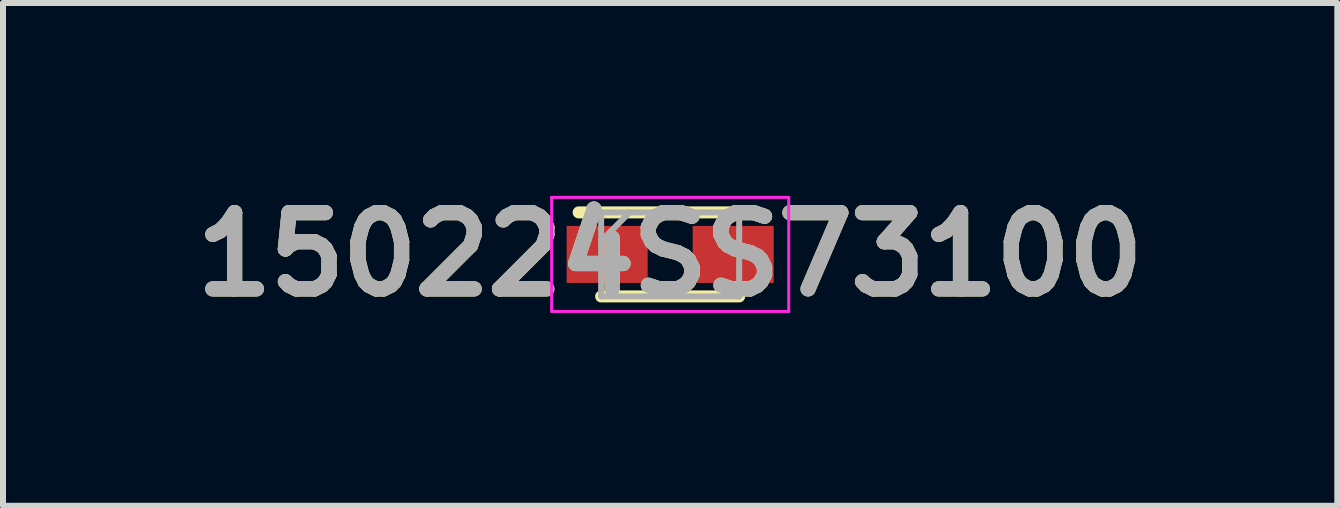
<source format=kicad_pcb>
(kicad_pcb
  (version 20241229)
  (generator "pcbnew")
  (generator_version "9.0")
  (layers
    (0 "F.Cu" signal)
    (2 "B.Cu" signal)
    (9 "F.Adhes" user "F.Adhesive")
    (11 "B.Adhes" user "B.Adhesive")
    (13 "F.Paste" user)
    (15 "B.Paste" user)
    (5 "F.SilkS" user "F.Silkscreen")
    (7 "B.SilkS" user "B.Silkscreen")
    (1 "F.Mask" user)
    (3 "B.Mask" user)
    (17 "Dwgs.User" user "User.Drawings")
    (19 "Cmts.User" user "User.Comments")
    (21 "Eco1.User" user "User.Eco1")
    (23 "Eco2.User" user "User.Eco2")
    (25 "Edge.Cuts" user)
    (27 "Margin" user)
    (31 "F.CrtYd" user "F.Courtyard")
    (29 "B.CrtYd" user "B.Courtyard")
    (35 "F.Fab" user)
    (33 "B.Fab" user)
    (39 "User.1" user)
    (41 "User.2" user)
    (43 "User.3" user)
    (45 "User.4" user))
  (footprint "150224SS73100"
    (layer "F.Cu")
    (at 8.116 1.189)
    (property "Reference" "150224SS73100" (at 0 0 0) (layer "F.SilkS") (effects (font (size 1.27 1.27) (thickness 0.254))))
    (attr smd)
    (fp_line (start -1.15 0.7) (end 1.15 0.7) (stroke (width 0.2) (type solid)) (layer "F.SilkS"))
    (fp_line (start 1.15 -0.7) (end -1.525 -0.7) (stroke (width 0.2) (type solid)) (layer "F.SilkS"))
    (fp_line (start -1.975 -0.95) (end 1.975 -0.95) (stroke (width 0.05) (type solid)) (layer "F.CrtYd"))
    (fp_line (start -1.975 0.95) (end -1.975 -0.95) (stroke (width 0.05) (type solid)) (layer "F.CrtYd"))
    (fp_line (start 1.975 -0.95) (end 1.975 0.95) (stroke (width 0.05) (type solid)) (layer "F.CrtYd"))
    (fp_line (start 1.975 0.95) (end -1.975 0.95) (stroke (width 0.05) (type solid)) (layer "F.CrtYd"))
    (fp_line (start -1.15 -0.7) (end 1.15 -0.7) (stroke (width 0.1) (type solid)) (layer "F.Fab"))
    (fp_line (start -1.15 -0.225) (end -0.675 -0.7) (stroke (width 0.1) (type solid)) (layer "F.Fab"))
    (fp_line (start -1.15 0.7) (end -1.15 -0.7) (stroke (width 0.1) (type solid)) (layer "F.Fab"))
    (fp_line (start 1.15 -0.7) (end 1.15 0.7) (stroke (width 0.1) (type solid)) (layer "F.Fab"))
    (fp_line (start 1.15 0.7) (end -1.15 0.7) (stroke (width 0.1) (type solid)) (layer "F.Fab"))
    (fp_text user "${REFERENCE}" (at 0 0 0) (layer "F.Fab") (effects (font (size 1.27 1.27) (thickness 0.254))))
    (pad "1" smd rect (at -1.05 0 90) (size 0.95 1.35) (layers "F.Cu" "F.Mask" "F.Paste"))
    (pad "2" smd rect (at 1.05 0 90) (size 0.95 1.35) (layers "F.Cu" "F.Mask" "F.Paste")))
  (gr_rect
    (start -3 -3)
    (end 19.232 5.377)
    (stroke (width 0.1) (type default))
    (fill no)
    (layer "Edge.Cuts")))
</source>
